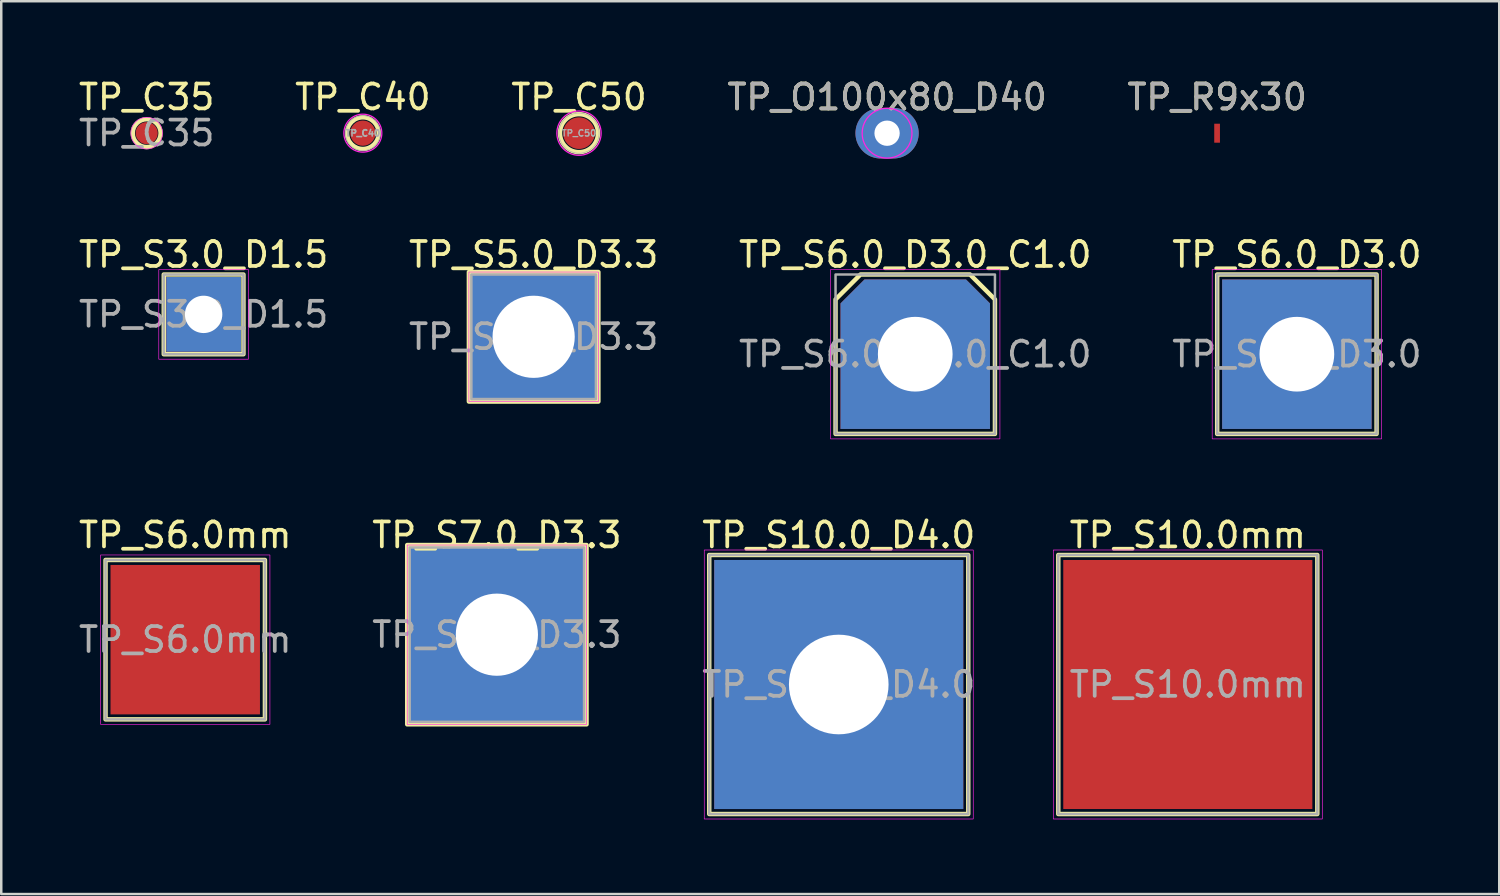
<source format=kicad_pcb>
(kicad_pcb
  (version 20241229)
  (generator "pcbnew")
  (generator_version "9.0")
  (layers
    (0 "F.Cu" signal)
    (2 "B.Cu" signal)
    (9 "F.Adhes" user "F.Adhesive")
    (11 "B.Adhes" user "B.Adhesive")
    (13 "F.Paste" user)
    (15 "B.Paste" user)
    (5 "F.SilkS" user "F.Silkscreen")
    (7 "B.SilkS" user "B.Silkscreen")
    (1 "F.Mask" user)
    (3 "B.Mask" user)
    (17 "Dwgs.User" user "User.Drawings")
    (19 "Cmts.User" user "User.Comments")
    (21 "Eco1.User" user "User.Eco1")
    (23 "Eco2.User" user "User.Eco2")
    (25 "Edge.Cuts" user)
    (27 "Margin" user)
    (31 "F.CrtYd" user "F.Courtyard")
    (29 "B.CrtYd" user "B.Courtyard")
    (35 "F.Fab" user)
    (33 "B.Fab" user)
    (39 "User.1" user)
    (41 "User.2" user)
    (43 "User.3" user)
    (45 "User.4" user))
  (footprint "TP_S10.0mm"
    (layer "F.Cu")
    (at 44.639 24.432)
    (property "Reference" "TP_S10.0mm" (at 0 -6 0) (layer "F.SilkS") (effects (font (size 1 1) (thickness 0.15))))
    (attr smd exclude_from_pos_files exclude_from_bom)
    (fp_rect (start -5.2 -5.2) (end 5.2 5.2) (stroke (width 0.178) (type solid)) (fill no) (layer "F.SilkS"))
    (fp_rect (start -5.4 -5.4) (end 5.4 5.4) (stroke (width 0.025) (type solid)) (fill no) (layer "F.CrtYd"))
    (fp_rect (start -5.2 -5.2) (end 5.2 5.2) (stroke (width 0.1) (type solid)) (fill no) (layer "F.Fab"))
    (fp_text user "${REFERENCE}" (at 0 0 0) (layer "F.Fab") (effects (font (size 1 1) (thickness 0.15))))
    (pad "1" smd rect (at 0 0) (size 10 10) (layers "F.Cu" "F.Mask")))
  (footprint "TP_S6.0_D3.0"
    (layer "F.Cu")
    (at 49.018 11.171)
    (property "Reference" "TP_S6.0_D3.0" (at 0 -4 0) (unlocked yes) (layer "F.SilkS") (effects (font (size 1 1) (thickness 0.15))))
    (attr through_hole)
    (fp_rect (start -3.2 -3.2) (end 3.2 3.2) (stroke (width 0.178) (type solid)) (fill no) (layer "F.SilkS"))
    (fp_rect (start -3.4 3.4) (end 3.4 -3.4) (stroke (width 0.025) (type solid)) (fill no) (layer "F.CrtYd"))
    (fp_rect (start -3.2 3.2) (end 3.2 -3.2) (stroke (width 0.1) (type solid)) (fill no) (layer "F.Fab"))
    (fp_text user "${REFERENCE}" (at 0 0 0) (unlocked yes) (layer "F.Fab") (effects (font (size 1 1) (thickness 0.15))))
    (pad "1" thru_hole rect (at 0 0) (size 6 6) (drill 3) (layers "*.Cu" "*.Mask")))
  (footprint "TP_S3.0_D1.5"
    (layer "F.Cu")
    (at 5.125 9.572)
    (property "Reference" "TP_S3.0_D1.5" (at 0 -2.4 0) (unlocked yes) (layer "F.SilkS") (effects (font (size 1 1) (thickness 0.15))))
    (attr through_hole)
    (fp_rect (start -1.6 -1.6) (end 1.6 1.6) (stroke (width 0.178) (type solid)) (fill no) (layer "F.SilkS"))
    (fp_rect (start -1.8 1.8) (end 1.8 -1.8) (stroke (width 0.025) (type solid)) (fill no) (layer "F.CrtYd"))
    (fp_rect (start -1.6 1.6) (end 1.6 -1.6) (stroke (width 0.1) (type solid)) (fill no) (layer "F.Fab"))
    (fp_text user "${REFERENCE}" (at 0 0 0) (unlocked yes) (layer "F.Fab") (effects (font (size 1 1) (thickness 0.15))))
    (pad "1" thru_hole rect (at 0 0) (size 3 3) (drill 1.5) (layers "*.Cu" "*.Mask")))
  (footprint "TP_O100x80_D40"
    (layer "F.Cu")
    (at 32.565 2.298)
    (property "Reference" "TP_O100x80_D40" (at 0 -1.448 0) (layer "F.SilkS") (effects (font (size 1 1) (thickness 0.15))))
    (attr through_hole)
    (fp_circle (center 0 0) (end 1 0) (stroke (width 0.05) (type solid)) (fill no) (layer "F.CrtYd"))
    (fp_text user "${REFERENCE}" (at 0 -1.45 0) (layer "F.Fab") (effects (font (size 1 1) (thickness 0.15))))
    (pad "1" thru_hole oval (at 0 0) (size 2.54 2.032) (drill 1.016) (layers "*.Cu" "*.Mask")))
  (footprint "TP_S6.0_D3.0_C1.0"
    (layer "F.Cu")
    (at 33.696 11.171)
    (property "Reference" "TP_S6.0_D3.0_C1.0" (at 0 -4 0) (unlocked yes) (layer "F.SilkS") (effects (font (size 1 1) (thickness 0.15))))
    (attr through_hole)
    (fp_poly (pts (xy 3.2 -2.2) (xy 3.2 3.2) (xy -3.2 3.2) (xy -3.2 -2.2) (xy -2.2 -3.2) (xy 2.2 -3.2)) (stroke (width 0.178) (type solid)) (fill no) (layer "F.SilkS"))
    (fp_rect (start -3.4 3.4) (end 3.4 -3.4) (stroke (width 0.025) (type solid)) (fill no) (layer "F.CrtYd"))
    (fp_rect (start -3.2 3.2) (end 3.2 -3.2) (stroke (width 0.1) (type solid)) (fill no) (layer "F.Fab"))
    (fp_text user "${REFERENCE}" (at 0 0 0) (unlocked yes) (layer "F.Fab") (effects (font (size 1 1) (thickness 0.15))))
    (pad "1" thru_hole roundrect (at 0 0) (size 6 6) (drill 3) (layers "*.Cu" "*.Mask") (roundrect_rratio 0) (chamfer_ratio 0.16) (chamfer top_left top_right)))
  (footprint "TP_R9x30"
    (layer "F.Cu")
    (at 45.815 2.298)
    (property "Reference" "TP_R9x30" (at 0 -1.448 0) (layer "F.SilkS") (effects (font (size 1 1) (thickness 0.15))))
    (attr smd exclude_from_pos_files exclude_from_bom)
    (fp_text user "${REFERENCE}" (at 0 -1.45 0) (layer "F.Fab") (effects (font (size 1 1) (thickness 0.15))))
    (pad "1" smd rect (at 0 0) (size 0.229 0.762) (layers "F.Cu" "F.Mask")))
  (footprint "TP_S6.0mm"
    (layer "F.Cu")
    (at 4.387 22.632)
    (property "Reference" "TP_S6.0mm" (at 0 -4.2 0) (layer "F.SilkS") (effects (font (size 1 1) (thickness 0.15))))
    (attr smd)
    (fp_rect (start -3.2 -3.2) (end 3.2 3.2) (stroke (width 0.178) (type solid)) (fill no) (layer "F.SilkS"))
    (fp_rect (start -3.4 -3.4) (end 3.4 3.4) (stroke (width 0.025) (type solid)) (fill no) (layer "F.CrtYd"))
    (fp_rect (start -3.2 -3.2) (end 3.2 3.2) (stroke (width 0.1) (type solid)) (fill no) (layer "F.Fab"))
    (fp_text user "${REFERENCE}" (at 0 0 0) (layer "F.Fab") (effects (font (size 1 1) (thickness 0.15))))
    (pad "1" smd rect (at 0 0) (size 6 6) (layers "F.Cu" "F.Mask")))
  (footprint "TP_S7.0_D3.3"
    (layer "F.Cu")
    (at 16.899 22.432)
    (property "Reference" "TP_S7.0_D3.3" (at 0 -4 0) (unlocked yes) (layer "F.SilkS") (effects (font (size 1 1) (thickness 0.15))))
    (attr through_hole)
    (fp_rect (start -3.6 -3.6) (end 3.6 3.6) (stroke (width 0.178) (type solid)) (fill no) (layer "F.SilkS"))
    (fp_rect (start -3.6 -3.6) (end 3.6 3.6) (stroke (width 0.025) (type solid)) (fill no) (layer "F.CrtYd"))
    (fp_rect (start -3.5 -3.5) (end 3.5 3.5) (stroke (width 0.1) (type solid)) (fill no) (layer "F.Fab"))
    (fp_text user "${REFERENCE}" (at 0 0 0) (unlocked yes) (layer "F.Fab") (effects (font (size 1 1) (thickness 0.15))))
    (pad "1" thru_hole rect (at 0 0) (size 7 7) (drill 3.3) (layers "*.Cu" "*.Mask")))
  (footprint "TP_S10.0_D4.0"
    (layer "F.Cu")
    (at 30.625 24.432)
    (property "Reference" "TP_S10.0_D4.0" (at 0 -6 0) (unlocked yes) (layer "F.SilkS") (effects (font (size 1 1) (thickness 0.15))))
    (attr through_hole)
    (fp_rect (start -5.2 -5.2) (end 5.2 5.2) (stroke (width 0.178) (type solid)) (fill no) (layer "F.SilkS"))
    (fp_rect (start -5.4 5.4) (end 5.4 -5.4) (stroke (width 0.025) (type solid)) (fill no) (layer "F.CrtYd"))
    (fp_rect (start -5.2 -5.2) (end 5.2 5.2) (stroke (width 0.1) (type solid)) (fill no) (layer "F.Fab"))
    (fp_text user "${REFERENCE}" (at 0 0 0) (unlocked yes) (layer "F.Fab") (effects (font (size 1 1) (thickness 0.15))))
    (pad "1" thru_hole rect (at 0 0) (size 10 10) (drill 4) (layers "*.Cu" "*.Mask")))
  (footprint "TP_S5.0_D3.3"
    (layer "F.Cu")
    (at 18.375 10.472)
    (property "Reference" "TP_S5.0_D3.3" (at 0 -3.3 0) (unlocked yes) (layer "F.SilkS") (effects (font (size 1 1) (thickness 0.15))))
    (attr through_hole)
    (fp_rect (start -2.6 -2.6) (end 2.6 2.6) (stroke (width 0.178) (type solid)) (fill no) (layer "F.SilkS"))
    (fp_rect (start -2.6 -2.6) (end 2.6 2.6) (stroke (width 0.025) (type solid)) (fill no) (layer "F.CrtYd"))
    (fp_rect (start -2.5 -2.5) (end 2.5 2.5) (stroke (width 0.1) (type solid)) (fill no) (layer "F.Fab"))
    (fp_text user "${REFERENCE}" (at 0 0 0) (unlocked yes) (layer "F.Fab") (effects (font (size 1 1) (thickness 0.15))))
    (pad "1" thru_hole rect (at 0 0) (size 5 5) (drill 3.3) (layers "*.Cu" "*.Mask")))
  (footprint "TP_C40"
    (layer "F.Cu")
    (at 11.518 2.296)
    (property "Reference" "TP_C40" (at 0 -1.448 0) (layer "F.SilkS") (effects (font (size 1 1) (thickness 0.15))))
    (attr smd exclude_from_pos_files exclude_from_bom)
    (fp_circle (center 0 0) (end 0.635 0) (stroke (width 0.178) (type solid)) (fill no) (layer "F.SilkS"))
    (fp_circle (center 0 0) (end 0.762 0) (stroke (width 0.05) (type solid)) (fill no) (layer "F.CrtYd"))
    (fp_circle (center 0 0) (end 0.7 0) (stroke (width 0.025) (type solid)) (fill no) (layer "F.Fab"))
    (fp_text user "${REFERENCE}" (at 0 0 0) (layer "F.Fab") (effects (font (size 0.254 0.254) (thickness 0.064) (bold yes))))
    (pad "1" smd circle (at 0 0) (size 1.016 1.016) (layers "F.Cu" "F.Mask")))
  (footprint "TP_C35"
    (layer "F.Cu")
    (at 2.839 2.296)
    (property "Reference" "TP_C35" (at 0 -1.448 0) (layer "F.SilkS") (effects (font (size 1 1) (thickness 0.15))))
    (attr smd exclude_from_pos_files exclude_from_bom)
    (fp_circle (center 0 0) (end 0.559 0) (stroke (width 0.178) (type solid)) (fill no) (layer "F.SilkS"))
    (fp_circle (center 0 0) (end 0.635 0) (stroke (width 0.025) (type solid)) (fill no) (layer "F.CrtYd"))
    (fp_text user "${REFERENCE}" (at 0 0 0) (layer "F.Fab") (effects (font (size 1 1) (thickness 0.15))))
    (pad "1" smd circle (at 0 0) (size 0.889 0.889) (layers "F.Cu" "F.Mask")))
  (footprint "TP_C50"
    (layer "F.Cu")
    (at 20.196 2.296)
    (property "Reference" "TP_C50" (at 0 -1.448 0) (layer "F.SilkS") (effects (font (size 1 1) (thickness 0.15))))
    (attr smd exclude_from_pos_files exclude_from_bom)
    (fp_circle (center 0 0) (end 0.762 0) (stroke (width 0.178) (type solid)) (fill no) (layer "F.SilkS"))
    (fp_circle (center 0 0) (end 0.889 0) (stroke (width 0.05) (type solid)) (fill no) (layer "F.CrtYd"))
    (fp_circle (center 0 0) (end 0.8 0.1) (stroke (width 0.025) (type solid)) (fill no) (layer "F.Fab"))
    (fp_text user "${REFERENCE}" (at 0 0 0) (layer "F.Fab") (effects (font (size 0.254 0.254) (thickness 0.051) (bold yes))))
    (pad "1" smd circle (at 0 0) (size 1.27 1.27) (layers "F.Cu" "F.Mask")))
  (gr_rect
    (start -3 -3)
    (end 57.143 32.845)
    (stroke (width 0.1) (type default))
    (fill no)
    (layer "Edge.Cuts")))
</source>
